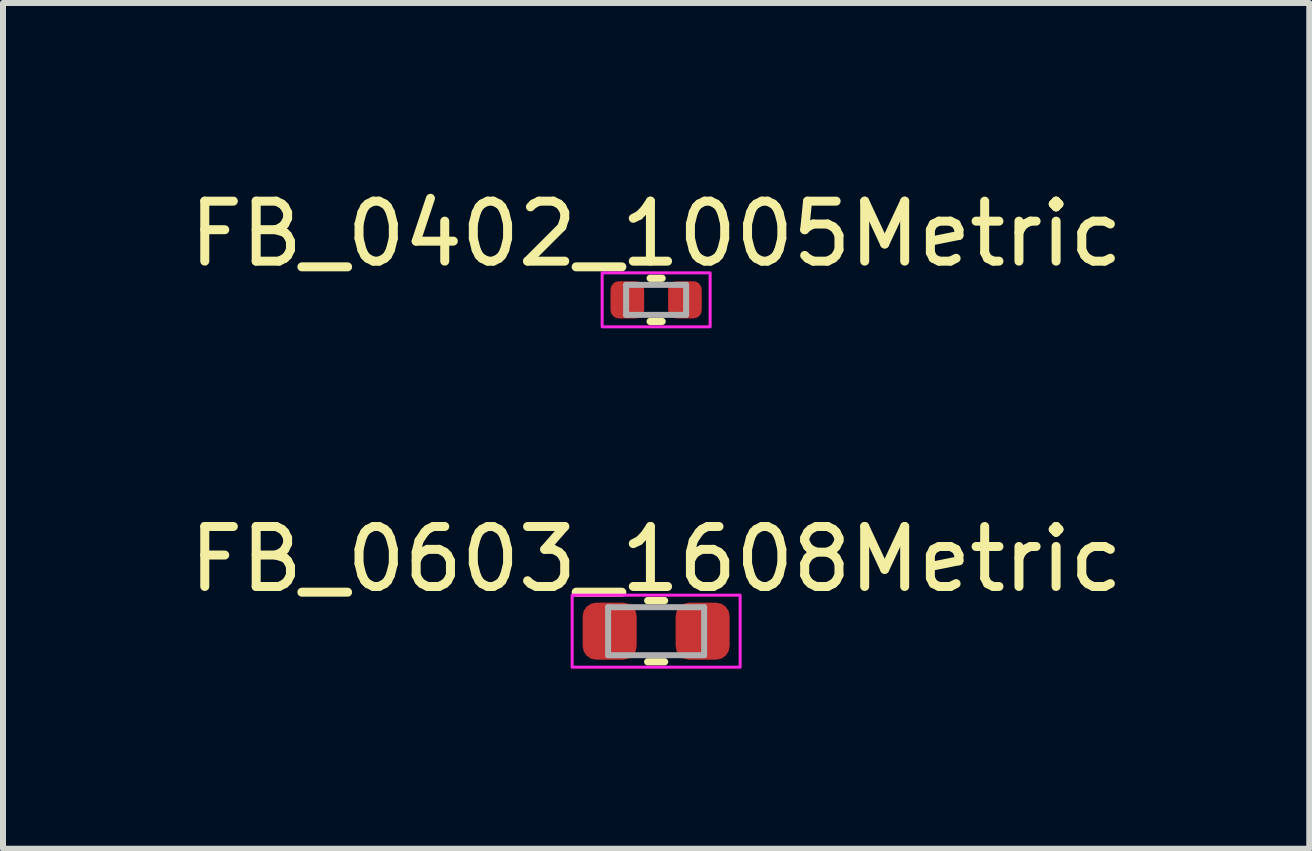
<source format=kicad_pcb>
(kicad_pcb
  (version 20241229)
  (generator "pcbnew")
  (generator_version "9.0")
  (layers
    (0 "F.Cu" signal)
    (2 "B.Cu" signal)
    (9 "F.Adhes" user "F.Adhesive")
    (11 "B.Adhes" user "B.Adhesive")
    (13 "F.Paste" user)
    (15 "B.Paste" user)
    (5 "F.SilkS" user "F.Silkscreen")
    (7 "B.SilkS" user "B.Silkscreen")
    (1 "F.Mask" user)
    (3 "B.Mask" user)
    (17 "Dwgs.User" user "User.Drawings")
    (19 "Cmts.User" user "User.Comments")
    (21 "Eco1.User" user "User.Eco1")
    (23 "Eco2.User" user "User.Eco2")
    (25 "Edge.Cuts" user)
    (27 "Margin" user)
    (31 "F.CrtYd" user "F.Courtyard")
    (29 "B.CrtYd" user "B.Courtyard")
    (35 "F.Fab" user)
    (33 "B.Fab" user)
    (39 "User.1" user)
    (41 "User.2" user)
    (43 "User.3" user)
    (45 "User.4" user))
  (footprint "FB_0402_1005Metric"
    (layer "F.Cu")
    (at 7.887 1.948)
    (property "Reference" "FB_0402_1005Metric" (at 0 -1.1 0) (layer "F.SilkS") (effects (font (size 1 1) (thickness 0.15))))
    (attr smd)
    (fp_line (start -0.1 -0.36) (end 0.1 -0.36) (stroke (width 0.12) (type solid)) (layer "F.SilkS"))
    (fp_line (start -0.1 0.36) (end 0.1 0.36) (stroke (width 0.12) (type solid)) (layer "F.SilkS"))
    (fp_rect (start -0.9 -0.45) (end 0.9 0.45) (stroke (width 0.05) (type default)) (fill no) (layer "F.CrtYd"))
    (fp_line (start -0.5 -0.25) (end 0.5 -0.25) (stroke (width 0.1) (type solid)) (layer "F.Fab"))
    (fp_line (start -0.5 0.25) (end -0.5 -0.25) (stroke (width 0.1) (type solid)) (layer "F.Fab"))
    (fp_line (start 0.5 -0.25) (end 0.5 0.25) (stroke (width 0.1) (type solid)) (layer "F.Fab"))
    (fp_line (start 0.5 0.25) (end -0.5 0.25) (stroke (width 0.1) (type solid)) (layer "F.Fab"))
    (pad "1" smd roundrect (at -0.48 0) (size 0.56 0.62) (layers "F.Cu" "F.Mask" "F.Paste") (roundrect_rratio 0.25))
    (pad "2" smd roundrect (at 0.48 0) (size 0.56 0.62) (layers "F.Cu" "F.Mask" "F.Paste") (roundrect_rratio 0.25)))
  (footprint "FB_0603_1608Metric"
    (layer "F.Cu")
    (at 7.887 7.471)
    (property "Reference" "FB_0603_1608Metric" (at 0 -1.2 0) (layer "F.SilkS") (effects (font (size 1 1) (thickness 0.15))))
    (attr smd)
    (fp_line (start -0.141 -0.51) (end 0.141 -0.51) (stroke (width 0.12) (type solid)) (layer "F.SilkS"))
    (fp_line (start -0.141 0.51) (end 0.141 0.51) (stroke (width 0.12) (type solid)) (layer "F.SilkS"))
    (fp_rect (start -1.4 -0.6) (end 1.4 0.6) (stroke (width 0.05) (type default)) (fill no) (layer "F.CrtYd"))
    (fp_line (start -0.8 -0.4) (end 0.8 -0.4) (stroke (width 0.1) (type solid)) (layer "F.Fab"))
    (fp_line (start -0.8 0.4) (end -0.8 -0.4) (stroke (width 0.1) (type solid)) (layer "F.Fab"))
    (fp_line (start 0.8 -0.4) (end 0.8 0.4) (stroke (width 0.1) (type solid)) (layer "F.Fab"))
    (fp_line (start 0.8 0.4) (end -0.8 0.4) (stroke (width 0.1) (type solid)) (layer "F.Fab"))
    (pad "1" smd roundrect (at -0.775 0) (size 0.9 0.95) (layers "F.Cu" "F.Mask" "F.Paste") (roundrect_rratio 0.25))
    (pad "2" smd roundrect (at 0.775 0) (size 0.9 0.95) (layers "F.Cu" "F.Mask" "F.Paste") (roundrect_rratio 0.25)))
  (gr_rect
    (start -3 -3)
    (end 18.774 11.097)
    (stroke (width 0.1) (type default))
    (fill no)
    (layer "Edge.Cuts")))
</source>
